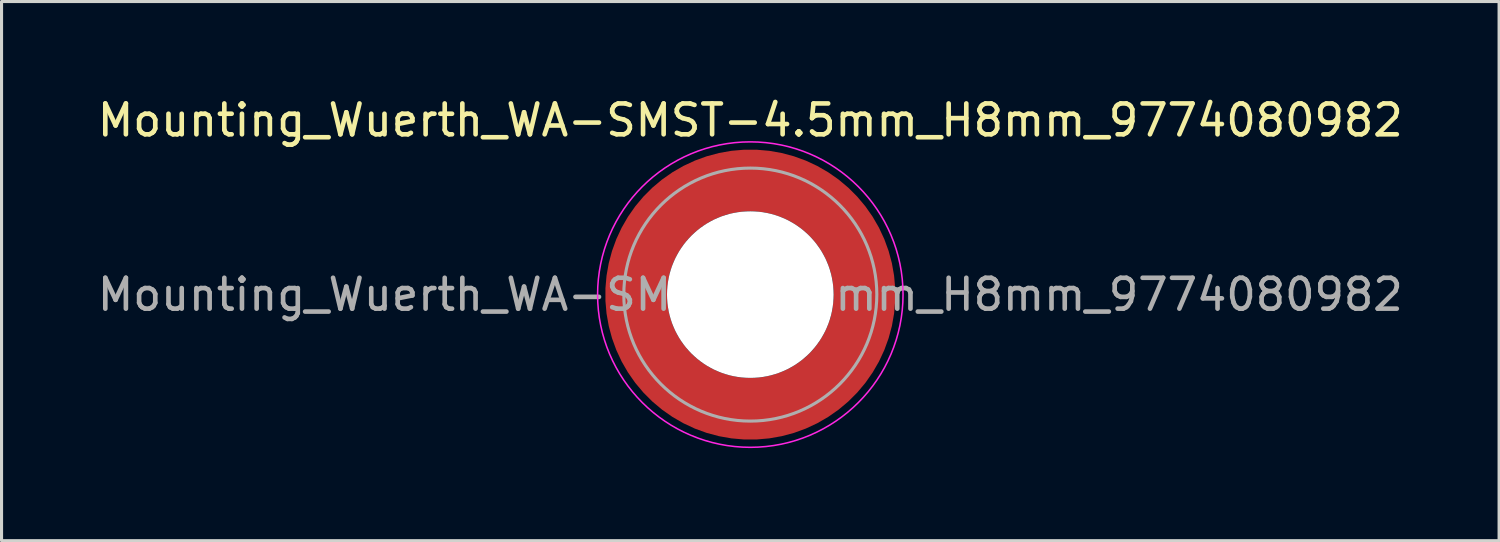
<source format=kicad_pcb>
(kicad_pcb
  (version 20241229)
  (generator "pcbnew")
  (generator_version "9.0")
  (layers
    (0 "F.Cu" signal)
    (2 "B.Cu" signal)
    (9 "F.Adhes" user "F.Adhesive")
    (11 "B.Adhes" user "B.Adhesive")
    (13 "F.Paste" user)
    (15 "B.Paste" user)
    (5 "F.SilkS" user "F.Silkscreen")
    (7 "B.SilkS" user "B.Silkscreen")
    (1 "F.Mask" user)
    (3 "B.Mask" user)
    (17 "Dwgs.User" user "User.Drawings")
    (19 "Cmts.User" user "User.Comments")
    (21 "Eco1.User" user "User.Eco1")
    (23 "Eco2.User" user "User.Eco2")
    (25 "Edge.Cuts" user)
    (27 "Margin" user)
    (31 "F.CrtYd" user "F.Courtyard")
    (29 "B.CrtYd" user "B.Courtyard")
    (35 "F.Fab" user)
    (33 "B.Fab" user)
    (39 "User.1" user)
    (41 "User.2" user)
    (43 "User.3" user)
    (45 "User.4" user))
  (footprint "Mounting_Wuerth_WA-SMST-4.5mm_H8mm_9774080982"
    (layer "F.Cu")
    (at 21.268 6.498)
    (property "Reference" "Mounting_Wuerth_WA-SMST-4.5mm_H8mm_9774080982" (at 0 -5.65 0) (layer "F.SilkS") (effects (font (size 1 1) (thickness 0.15))))
    (attr smd)
    (fp_circle (center 0 0) (end 4.95 0) (stroke (width 0.05) (type solid)) (fill no) (layer "F.CrtYd"))
    (fp_circle (center 0 0) (end 4.1 0) (stroke (width 0.1) (type solid)) (fill no) (layer "F.Fab"))
    (fp_text user "${REFERENCE}" (at 0 0 0) (layer "F.Fab") (effects (font (size 1 1) (thickness 0.15))))
    (pad "" smd custom (at -2.607 -2.607) (size 1.495 1.495) (layers "F.Paste") (options (anchor circle)) (primitives (gr_arc (start -0.188183 2.107456) (mid 0.598928 0.599619) (end 2.106494 -0.188011) (width 0.2)) (gr_arc (start -0.289416 2.107456) (mid 0.528508 0.529033) (end 2.106724 -0.28929) (width 0.2)) (gr_arc (start -0.390547 2.107456) (mid 0.457087 0.459449) (end 2.104161 -0.389996) (width 0.2)) (gr_arc (start -0.491585 2.107456) (mid 0.386415 0.389116) (end 2.103685 -0.490974) (width 0.2)) (gr_arc (start -0.59254 2.107456) (mid 0.31649 0.318035) (end 2.105297 -0.592203) (width 0.2)) (gr_arc (start -0.693419 2.107456) (mid 0.245252 0.248268) (end 2.103239 -0.692777) (width 0.2)) (gr_arc (start -0.794229 2.107456) (mid 0.174636 0.177878) (end 2.102921 -0.793558) (width 0.2)) (gr_arc (start -0.894975 2.107456) (mid 0.104643 0.106867) (end 2.104343 -0.894528) (width 0.2)) (gr_arc (start -0.995664 2.107456) (mid 0.033026 0.037479) (end 2.101219 -0.994793) (width 0.2)) (gr_arc (start -1.0963 2.107456) (mid -0.035789 -0.034713) (end 2.105949 -1.096095) (width 0.2)) (gr_arc (start -1.196886 2.107456) (mid -0.106351 -0.105158) (end 2.105783 -1.196667) (width 0.2)) (gr_arc (start -1.297427 2.107456) (mid -0.176416 -0.176097) (end 2.107009 -1.29737) (width 0.2)) (gr_arc (start -1.397927 2.107456) (mid -0.248476 -0.245042) (end 2.102638 -1.397323) (width 0.2)) (gr_arc (start -1.498388 2.107456) (mid -0.317612 -0.316913) (end 2.106475 -1.498268) (width 0.2)) (gr_arc (start -1.598813 2.107456) (mid -0.388865 -0.386665) (end 2.104366 -1.598444) (width 0.2)) (gr_arc (start -1.699204 2.107456) (mid -0.459747 -0.456787) (end 2.103299 -1.698719) (width 0.2)) (gr_arc (start -1.799565 2.107456) (mid -0.530257 -0.527283) (end 2.103277 -1.799089) (width 0.2)) (gr_arc (start -1.899896 2.107456) (mid -0.600396 -0.59815) (end 2.104299 -1.899545) (width 0.2)) (gr_arc (start -1.899896 2.107456) (mid -0.600396 -0.59815) (end 2.104299 -1.899545) (width 0.2)) (gr_line (start 2.107 -0.188) (end 2.107 -1.9) (width 0.2)) (gr_line (start -0.188 2.107) (end -1.9 2.107) (width 0.2))))
    (pad "" smd custom (at -2.607 2.607) (size 1.495 1.495) (layers "F.Paste") (options (anchor circle)) (primitives (gr_arc (start 2.107456 0.188183) (mid 0.599619 -0.598928) (end -0.188011 -2.106494) (width 0.2)) (gr_arc (start 2.107456 0.289416) (mid 0.529033 -0.528508) (end -0.28929 -2.106724) (width 0.2)) (gr_arc (start 2.107456 0.390547) (mid 0.45945 -0.457087) (end -0.389996 -2.104161) (width 0.2)) (gr_arc (start 2.107456 0.491585) (mid 0.389116 -0.386415) (end -0.490974 -2.103685) (width 0.2)) (gr_arc (start 2.107456 0.59254) (mid 0.318035 -0.31649) (end -0.592203 -2.105297) (width 0.2)) (gr_arc (start 2.107456 0.693419) (mid 0.248268 -0.245252) (end -0.692777 -2.103239) (width 0.2)) (gr_arc (start 2.107456 0.794229) (mid 0.177878 -0.174636) (end -0.793558 -2.102921) (width 0.2)) (gr_arc (start 2.107456 0.894975) (mid 0.106867 -0.104643) (end -0.894528 -2.104343) (width 0.2)) (gr_arc (start 2.107456 0.995664) (mid 0.037479 -0.033026) (end -0.994793 -2.101219) (width 0.2)) (gr_arc (start 2.107456 1.0963) (mid -0.034713 0.035789) (end -1.096095 -2.105949) (width 0.2)) (gr_arc (start 2.107456 1.196886) (mid -0.105158 0.106351) (end -1.196667 -2.105783) (width 0.2)) (gr_arc (start 2.107456 1.297427) (mid -0.176097 0.176416) (end -1.29737 -2.107009) (width 0.2)) (gr_arc (start 2.107456 1.397927) (mid -0.245042 0.248476) (end -1.397323 -2.102638) (width 0.2)) (gr_arc (start 2.107456 1.498388) (mid -0.316913 0.317612) (end -1.498268 -2.106475) (width 0.2)) (gr_arc (start 2.107456 1.598813) (mid -0.386665 0.388865) (end -1.598444 -2.104366) (width 0.2)) (gr_arc (start 2.107456 1.699204) (mid -0.456787 0.459747) (end -1.698719 -2.103299) (width 0.2)) (gr_arc (start 2.107456 1.799565) (mid -0.527283 0.530257) (end -1.799089 -2.103277) (width 0.2)) (gr_arc (start 2.107456 1.899896) (mid -0.59815 0.600396) (end -1.899545 -2.104299) (width 0.2)) (gr_arc (start 2.107456 1.899896) (mid -0.59815 0.600396) (end -1.899545 -2.104299) (width 0.2)) (gr_line (start -0.188 -2.107) (end -1.9 -2.107) (width 0.2)) (gr_line (start 2.107 0.188) (end 2.107 1.9) (width 0.2))))
    (pad "" np_thru_hole circle (at 0 0) (size 5.4 5.4) (drill 5.4) (layers "*.Cu" "*.Mask"))
    (pad "" smd custom (at 2.607 -2.607) (size 1.495 1.495) (layers "F.Paste") (options (anchor circle)) (primitives (gr_arc (start -2.107456 -0.188183) (mid -0.599619 0.598928) (end 0.188011 2.106494) (width 0.2)) (gr_arc (start -2.107456 -0.289416) (mid -0.529033 0.528508) (end 0.28929 2.106724) (width 0.2)) (gr_arc (start -2.107456 -0.390547) (mid -0.459449 0.457087) (end 0.389996 2.104161) (width 0.2)) (gr_arc (start -2.107456 -0.491585) (mid -0.389116 0.386415) (end 0.490974 2.103685) (width 0.2)) (gr_arc (start -2.107456 -0.59254) (mid -0.318035 0.31649) (end 0.592203 2.105297) (width 0.2)) (gr_arc (start -2.107456 -0.693419) (mid -0.248268 0.245252) (end 0.692777 2.103239) (width 0.2)) (gr_arc (start -2.107456 -0.794229) (mid -0.177878 0.174636) (end 0.793558 2.102921) (width 0.2)) (gr_arc (start -2.107456 -0.894975) (mid -0.106867 0.104643) (end 0.894528 2.104343) (width 0.2)) (gr_arc (start -2.107456 -0.995664) (mid -0.037479 0.033026) (end 0.994793 2.101219) (width 0.2)) (gr_arc (start -2.107456 -1.0963) (mid 0.034713 -0.035789) (end 1.096095 2.105949) (width 0.2)) (gr_arc (start -2.107456 -1.196886) (mid 0.105158 -0.106351) (end 1.196667 2.105783) (width 0.2)) (gr_arc (start -2.107456 -1.297427) (mid 0.176097 -0.176416) (end 1.29737 2.107009) (width 0.2)) (gr_arc (start -2.107456 -1.397927) (mid 0.245042 -0.248476) (end 1.397323 2.102638) (width 0.2)) (gr_arc (start -2.107456 -1.498388) (mid 0.316913 -0.317612) (end 1.498268 2.106475) (width 0.2)) (gr_arc (start -2.107456 -1.598813) (mid 0.386665 -0.388865) (end 1.598444 2.104366) (width 0.2)) (gr_arc (start -2.107456 -1.699204) (mid 0.456787 -0.459747) (end 1.698719 2.103299) (width 0.2)) (gr_arc (start -2.107456 -1.799565) (mid 0.527283 -0.530257) (end 1.799089 2.103277) (width 0.2)) (gr_arc (start -2.107456 -1.899896) (mid 0.59815 -0.600396) (end 1.899545 2.104299) (width 0.2)) (gr_arc (start -2.107456 -1.899896) (mid 0.59815 -0.600396) (end 1.899545 2.104299) (width 0.2)) (gr_line (start 0.188 2.107) (end 1.9 2.107) (width 0.2)) (gr_line (start -2.107 -0.188) (end -2.107 -1.9) (width 0.2))))
    (pad "" smd custom (at 2.607 2.607) (size 1.495 1.495) (layers "F.Paste") (options (anchor circle)) (primitives (gr_arc (start 0.188183 -2.107456) (mid -0.598928 -0.599619) (end -2.106494 0.188011) (width 0.2)) (gr_arc (start 0.289416 -2.107456) (mid -0.528508 -0.529033) (end -2.106724 0.28929) (width 0.2)) (gr_arc (start 0.390547 -2.107456) (mid -0.457087 -0.459449) (end -2.104161 0.389996) (width 0.2)) (gr_arc (start 0.491585 -2.107456) (mid -0.386415 -0.389116) (end -2.103685 0.490974) (width 0.2)) (gr_arc (start 0.59254 -2.107456) (mid -0.31649 -0.318035) (end -2.105297 0.592203) (width 0.2)) (gr_arc (start 0.693419 -2.107456) (mid -0.245252 -0.248268) (end -2.103239 0.692777) (width 0.2)) (gr_arc (start 0.794229 -2.107456) (mid -0.174636 -0.177878) (end -2.102921 0.793558) (width 0.2)) (gr_arc (start 0.894975 -2.107456) (mid -0.104643 -0.106867) (end -2.104343 0.894528) (width 0.2)) (gr_arc (start 0.995664 -2.107456) (mid -0.033026 -0.037479) (end -2.101219 0.994793) (width 0.2)) (gr_arc (start 1.0963 -2.107456) (mid 0.035789 0.034713) (end -2.105949 1.096095) (width 0.2)) (gr_arc (start 1.196886 -2.107456) (mid 0.106351 0.105158) (end -2.105783 1.196667) (width 0.2)) (gr_arc (start 1.297427 -2.107456) (mid 0.176416 0.176097) (end -2.107009 1.29737) (width 0.2)) (gr_arc (start 1.397927 -2.107456) (mid 0.248476 0.245042) (end -2.102638 1.397323) (width 0.2)) (gr_arc (start 1.498388 -2.107456) (mid 0.317612 0.316913) (end -2.106475 1.498268) (width 0.2)) (gr_arc (start 1.598813 -2.107456) (mid 0.388865 0.386665) (end -2.104366 1.598444) (width 0.2)) (gr_arc (start 1.699204 -2.107456) (mid 0.459747 0.456787) (end -2.103299 1.698719) (width 0.2)) (gr_arc (start 1.799565 -2.107456) (mid 0.530257 0.527283) (end -2.103277 1.799089) (width 0.2)) (gr_arc (start 1.899896 -2.107456) (mid 0.600396 0.59815) (end -2.104299 1.899545) (width 0.2)) (gr_arc (start 1.899896 -2.107456) (mid 0.600396 0.59815) (end -2.104299 1.899545) (width 0.2)) (gr_line (start -2.107 0.188) (end -2.107 1.9) (width 0.2)) (gr_line (start 0.188 -2.107) (end 1.9 -2.107) (width 0.2))))
    (pad "1" smd circle (at -3.7 0) (size 1.6 1.6) (layers "F.Cu"))
    (pad "1" smd circle (at 0 -3.7) (size 1.6 1.6) (layers "F.Cu"))
    (pad "1" smd circle (at 0 3.7) (size 1.6 1.6) (layers "F.Cu"))
    (pad "1" smd custom (at 3.7 0) (size 1.6 1.6) (layers "F.Cu" "F.Mask") (options (anchor circle)) (primitives (gr_circle (center -3.7 0) (end 0 0) (width 2) (fill no)))))
  (gr_rect
    (start -3 -3)
    (end 45.536 14.473)
    (stroke (width 0.1) (type default))
    (fill no)
    (layer "Edge.Cuts")))
</source>
